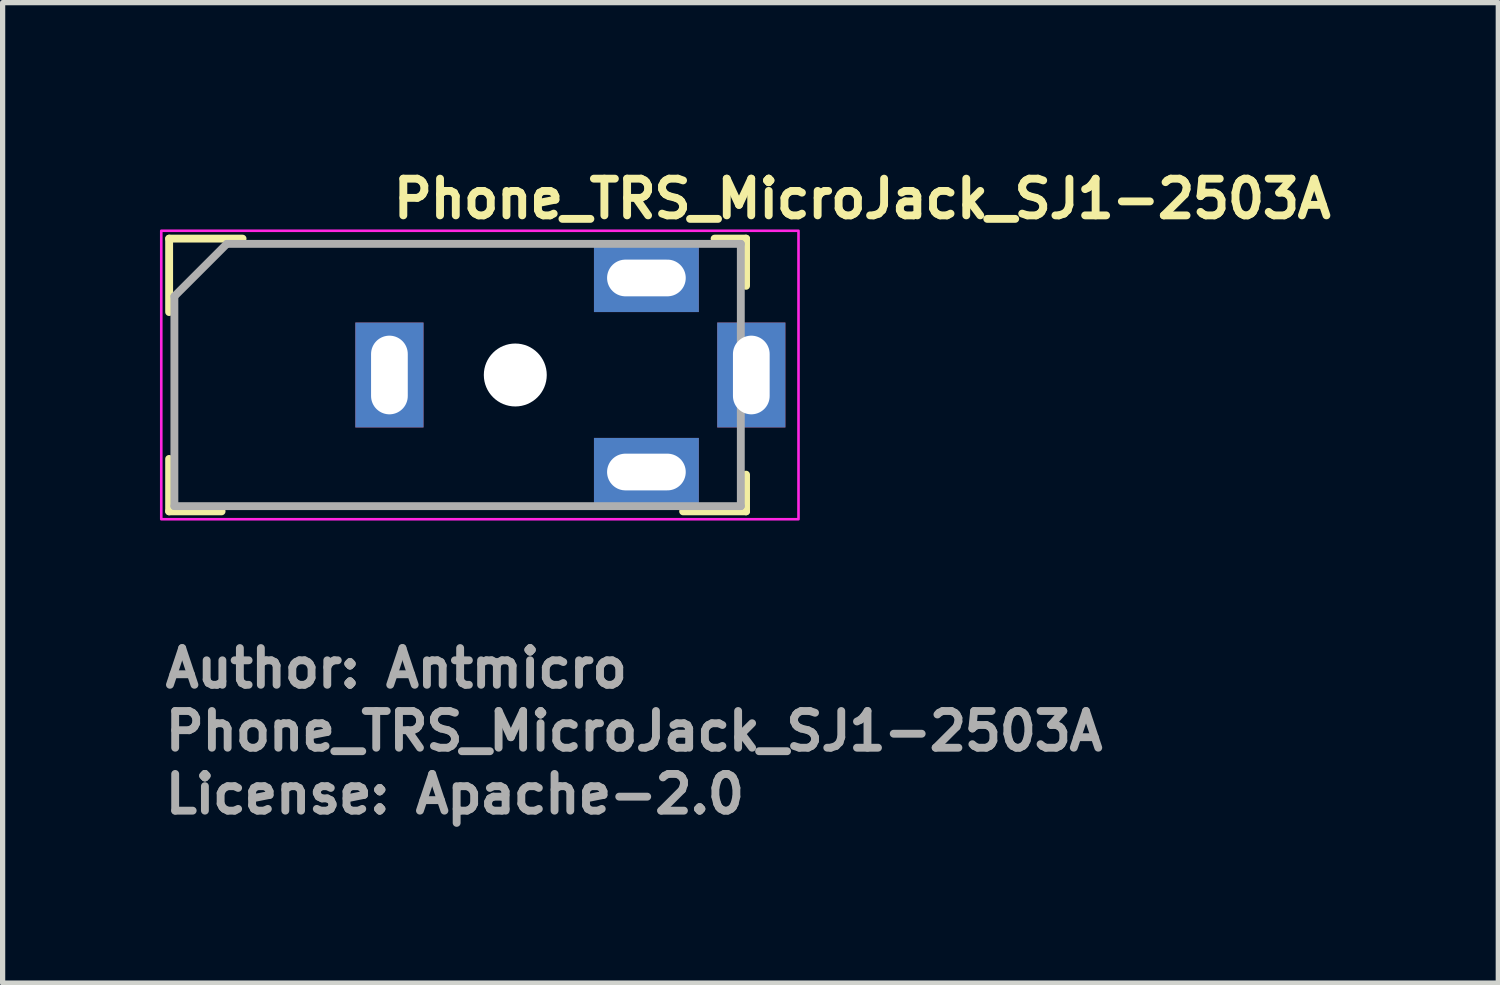
<source format=kicad_pcb>
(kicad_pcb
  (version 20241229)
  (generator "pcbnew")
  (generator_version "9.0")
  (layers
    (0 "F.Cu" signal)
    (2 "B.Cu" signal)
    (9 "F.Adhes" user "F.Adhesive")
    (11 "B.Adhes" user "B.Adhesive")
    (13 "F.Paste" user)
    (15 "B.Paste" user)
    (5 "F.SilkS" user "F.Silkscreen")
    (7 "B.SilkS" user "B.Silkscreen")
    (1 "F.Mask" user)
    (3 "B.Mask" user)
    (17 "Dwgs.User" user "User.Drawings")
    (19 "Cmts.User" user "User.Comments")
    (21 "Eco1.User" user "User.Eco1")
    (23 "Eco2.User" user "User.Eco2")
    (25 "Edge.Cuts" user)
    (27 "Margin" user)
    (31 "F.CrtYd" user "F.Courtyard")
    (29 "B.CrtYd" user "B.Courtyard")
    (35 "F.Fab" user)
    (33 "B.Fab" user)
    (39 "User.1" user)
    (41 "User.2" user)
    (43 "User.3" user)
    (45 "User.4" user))
  (footprint "Phone_TRS_MicroJack_SJ1-2503A"
    (layer "F.Cu")
    (at 4.375 4.1)
    (property "Reference" "Phone_TRS_MicroJack_SJ1-2503A" (at 0 -2.95 0) (layer "F.SilkS") (effects (font (size 0.7 0.7) (thickness 0.15)) (justify left bottom)))
    (attr through_hole)
    (fp_line (start -4.2 -2.6) (end -4.2 -1.2) (stroke (width 0.15) (type solid)) (layer "F.SilkS"))
    (fp_line (start -4.2 1.6) (end -4.2 2.6) (stroke (width 0.15) (type solid)) (layer "F.SilkS"))
    (fp_line (start -4.2 2.6) (end -3.2 2.6) (stroke (width 0.15) (type solid)) (layer "F.SilkS"))
    (fp_line (start -2.8 -2.6) (end -4.2 -2.6) (stroke (width 0.15) (type solid)) (layer "F.SilkS"))
    (fp_line (start 5.6 2.6) (end 6.8 2.6) (stroke (width 0.15) (type solid)) (layer "F.SilkS"))
    (fp_line (start 6.2 -2.6) (end 6.8 -2.6) (stroke (width 0.15) (type solid)) (layer "F.SilkS"))
    (fp_line (start 6.8 -2.6) (end 6.8 -1.7) (stroke (width 0.15) (type solid)) (layer "F.SilkS"))
    (fp_line (start 6.8 2.6) (end 6.8 1.9) (stroke (width 0.15) (type solid)) (layer "F.SilkS"))
    (fp_rect (start -4.35 -2.75) (end 7.8 2.75) (stroke (width 0.05) (type solid)) (fill no) (layer "F.CrtYd"))
    (fp_line (start -4.1 -1.5) (end -4.1 2.5) (stroke (width 0.15) (type solid)) (layer "F.Fab"))
    (fp_line (start -4.1 -1.5) (end -3.1 -2.5) (stroke (width 0.15) (type solid)) (layer "F.Fab"))
    (fp_line (start -4.1 2.5) (end 6.7 2.5) (stroke (width 0.15) (type solid)) (layer "F.Fab"))
    (fp_line (start 6.7 -2.5) (end -3.1 -2.5) (stroke (width 0.15) (type solid)) (layer "F.Fab"))
    (fp_line (start 6.7 -2.5) (end 6.7 2.5) (stroke (width 0.15) (type solid)) (layer "F.Fab"))
    (fp_rect (start -4.1 -2.5) (end 7.05 2.5) (stroke (width 0.1) (type solid)) (fill no) (layer "User.5"))
    (fp_line (start -4.1 -1.8) (end -3.9 -2) (stroke (width 0.02) (type solid)) (layer "User.9"))
    (fp_line (start -4.1 -1.755) (end -4.1 -1.8) (stroke (width 0.02) (type solid)) (layer "User.9"))
    (fp_line (start -4.1 -1.755) (end -4.1 -1.755) (stroke (width 0.02) (type solid)) (layer "User.9"))
    (fp_line (start -4.1 -1.622) (end -4.1 -1.755) (stroke (width 0.02) (type solid)) (layer "User.9"))
    (fp_line (start -4.1 -1.622) (end -4.1 -1.622) (stroke (width 0.02) (type solid)) (layer "User.9"))
    (fp_line (start -4.1 -1.407) (end -4.1 -1.622) (stroke (width 0.02) (type solid)) (layer "User.9"))
    (fp_line (start -4.1 -1.407) (end -4.1 -1.407) (stroke (width 0.02) (type solid)) (layer "User.9"))
    (fp_line (start -4.1 -1.122) (end -4.1 -1.407) (stroke (width 0.02) (type solid)) (layer "User.9"))
    (fp_line (start -4.1 -1.122) (end -4.1 -1.122) (stroke (width 0.02) (type solid)) (layer "User.9"))
    (fp_line (start -4.1 -0.781) (end -4.1 -1.122) (stroke (width 0.02) (type solid)) (layer "User.9"))
    (fp_line (start -4.1 -0.781) (end -4.1 -0.781) (stroke (width 0.02) (type solid)) (layer "User.9"))
    (fp_line (start -4.1 -0.401) (end -4.1 -0.781) (stroke (width 0.02) (type solid)) (layer "User.9"))
    (fp_line (start -4.1 -0.401) (end -4.1 -0.401) (stroke (width 0.02) (type solid)) (layer "User.9"))
    (fp_line (start -4.1 0) (end -4.1 -0.401) (stroke (width 0.02) (type solid)) (layer "User.9"))
    (fp_line (start -4.1 0) (end -4.1 0) (stroke (width 0.02) (type solid)) (layer "User.9"))
    (fp_line (start -4.1 0.401) (end -4.1 0) (stroke (width 0.02) (type solid)) (layer "User.9"))
    (fp_line (start -4.1 0.401) (end -4.1 0.401) (stroke (width 0.02) (type solid)) (layer "User.9"))
    (fp_line (start -4.1 0.781) (end -4.1 0.401) (stroke (width 0.02) (type solid)) (layer "User.9"))
    (fp_line (start -4.1 0.781) (end -4.1 0.781) (stroke (width 0.02) (type solid)) (layer "User.9"))
    (fp_line (start -4.1 1.122) (end -4.1 0.781) (stroke (width 0.02) (type solid)) (layer "User.9"))
    (fp_line (start -4.1 1.122) (end -4.1 1.122) (stroke (width 0.02) (type solid)) (layer "User.9"))
    (fp_line (start -4.1 1.407) (end -4.1 1.122) (stroke (width 0.02) (type solid)) (layer "User.9"))
    (fp_line (start -4.1 1.407) (end -4.1 1.407) (stroke (width 0.02) (type solid)) (layer "User.9"))
    (fp_line (start -4.1 1.622) (end -4.1 1.407) (stroke (width 0.02) (type solid)) (layer "User.9"))
    (fp_line (start -4.1 1.622) (end -4.1 1.622) (stroke (width 0.02) (type solid)) (layer "User.9"))
    (fp_line (start -4.1 1.755) (end -4.1 1.622) (stroke (width 0.02) (type solid)) (layer "User.9"))
    (fp_line (start -4.1 1.755) (end -4.1 1.755) (stroke (width 0.02) (type solid)) (layer "User.9"))
    (fp_line (start -4.1 1.8) (end -4.1 1.755) (stroke (width 0.02) (type solid)) (layer "User.9"))
    (fp_line (start -4.1 1.8) (end -3.9 2) (stroke (width 0.02) (type solid)) (layer "User.9"))
    (fp_line (start -3.9 -2) (end -3.9 -1.95) (stroke (width 0.02) (type solid)) (layer "User.9"))
    (fp_line (start -3.9 -2) (end -3.1 -2) (stroke (width 0.02) (type solid)) (layer "User.9"))
    (fp_line (start -3.9 -1.95) (end -3.9 -1.95) (stroke (width 0.02) (type solid)) (layer "User.9"))
    (fp_line (start -3.9 -1.95) (end -3.9 -1.802) (stroke (width 0.02) (type solid)) (layer "User.9"))
    (fp_line (start -3.9 -1.802) (end -3.9 -1.802) (stroke (width 0.02) (type solid)) (layer "User.9"))
    (fp_line (start -3.9 -1.802) (end -3.9 -1.564) (stroke (width 0.02) (type solid)) (layer "User.9"))
    (fp_line (start -3.9 -1.564) (end -3.9 -1.564) (stroke (width 0.02) (type solid)) (layer "User.9"))
    (fp_line (start -3.9 -1.564) (end -3.9 -1.247) (stroke (width 0.02) (type solid)) (layer "User.9"))
    (fp_line (start -3.9 -1.247) (end -3.9 -1.247) (stroke (width 0.02) (type solid)) (layer "User.9"))
    (fp_line (start -3.9 -1.247) (end -3.9 -0.868) (stroke (width 0.02) (type solid)) (layer "User.9"))
    (fp_line (start -3.9 -0.868) (end -3.9 -0.868) (stroke (width 0.02) (type solid)) (layer "User.9"))
    (fp_line (start -3.9 -0.868) (end -3.9 -0.445) (stroke (width 0.02) (type solid)) (layer "User.9"))
    (fp_line (start -3.9 -0.445) (end -3.9 -0.445) (stroke (width 0.02) (type solid)) (layer "User.9"))
    (fp_line (start -3.9 -0.445) (end -3.9 0) (stroke (width 0.02) (type solid)) (layer "User.9"))
    (fp_line (start -3.9 0) (end -3.9 0) (stroke (width 0.02) (type solid)) (layer "User.9"))
    (fp_line (start -3.9 0) (end -3.9 0.445) (stroke (width 0.02) (type solid)) (layer "User.9"))
    (fp_line (start -3.9 0.445) (end -3.9 0.445) (stroke (width 0.02) (type solid)) (layer "User.9"))
    (fp_line (start -3.9 0.445) (end -3.9 0.868) (stroke (width 0.02) (type solid)) (layer "User.9"))
    (fp_line (start -3.9 0.868) (end -3.9 0.868) (stroke (width 0.02) (type solid)) (layer "User.9"))
    (fp_line (start -3.9 0.868) (end -3.9 1.247) (stroke (width 0.02) (type solid)) (layer "User.9"))
    (fp_line (start -3.9 1.247) (end -3.9 1.247) (stroke (width 0.02) (type solid)) (layer "User.9"))
    (fp_line (start -3.9 1.247) (end -3.9 1.564) (stroke (width 0.02) (type solid)) (layer "User.9"))
    (fp_line (start -3.9 1.564) (end -3.9 1.564) (stroke (width 0.02) (type solid)) (layer "User.9"))
    (fp_line (start -3.9 1.564) (end -3.9 1.802) (stroke (width 0.02) (type solid)) (layer "User.9"))
    (fp_line (start -3.9 1.802) (end -3.9 1.802) (stroke (width 0.02) (type solid)) (layer "User.9"))
    (fp_line (start -3.9 1.802) (end -3.9 1.95) (stroke (width 0.02) (type solid)) (layer "User.9"))
    (fp_line (start -3.9 1.95) (end -3.9 1.95) (stroke (width 0.02) (type solid)) (layer "User.9"))
    (fp_line (start -3.9 1.95) (end -3.9 2) (stroke (width 0.02) (type solid)) (layer "User.9"))
    (fp_line (start -3.9 2) (end -3.1 2) (stroke (width 0.02) (type solid)) (layer "User.9"))
    (fp_line (start -3.09 -2) (end -3.1 -2) (stroke (width 0.02) (type solid)) (layer "User.9"))
    (fp_line (start -3.09 2) (end -3.1 2) (stroke (width 0.02) (type solid)) (layer "User.9"))
    (fp_line (start -3.08 -1.999) (end -3.09 -2) (stroke (width 0.02) (type solid)) (layer "User.9"))
    (fp_line (start -3.08 1.999) (end -3.09 2) (stroke (width 0.02) (type solid)) (layer "User.9"))
    (fp_line (start -3.07 -1.998) (end -3.08 -1.999) (stroke (width 0.02) (type solid)) (layer "User.9"))
    (fp_line (start -3.07 1.998) (end -3.08 1.999) (stroke (width 0.02) (type solid)) (layer "User.9"))
    (fp_line (start -3.06 -1.996) (end -3.07 -1.998) (stroke (width 0.02) (type solid)) (layer "User.9"))
    (fp_line (start -3.06 1.996) (end -3.07 1.998) (stroke (width 0.02) (type solid)) (layer "User.9"))
    (fp_line (start -3.05 -1.994) (end -3.06 -1.996) (stroke (width 0.02) (type solid)) (layer "User.9"))
    (fp_line (start -3.05 1.994) (end -3.06 1.996) (stroke (width 0.02) (type solid)) (layer "User.9"))
    (fp_line (start -3.041 -1.991) (end -3.05 -1.994) (stroke (width 0.02) (type solid)) (layer "User.9"))
    (fp_line (start -3.041 1.991) (end -3.05 1.994) (stroke (width 0.02) (type solid)) (layer "User.9"))
    (fp_line (start -3.031 -1.988) (end -3.041 -1.991) (stroke (width 0.02) (type solid)) (layer "User.9"))
    (fp_line (start -3.031 1.988) (end -3.041 1.991) (stroke (width 0.02) (type solid)) (layer "User.9"))
    (fp_line (start -3.022 -1.984) (end -3.031 -1.988) (stroke (width 0.02) (type solid)) (layer "User.9"))
    (fp_line (start -3.022 1.984) (end -3.031 1.988) (stroke (width 0.02) (type solid)) (layer "User.9"))
    (fp_line (start -3.013 -1.98) (end -3.022 -1.984) (stroke (width 0.02) (type solid)) (layer "User.9"))
    (fp_line (start -3.013 1.98) (end -3.022 1.984) (stroke (width 0.02) (type solid)) (layer "User.9"))
    (fp_line (start -3.005 -1.976) (end -3.013 -1.98) (stroke (width 0.02) (type solid)) (layer "User.9"))
    (fp_line (start -3.005 1.976) (end -3.013 1.98) (stroke (width 0.02) (type solid)) (layer "User.9"))
    (fp_line (start -2.996 -1.971) (end -3.005 -1.976) (stroke (width 0.02) (type solid)) (layer "User.9"))
    (fp_line (start -2.996 1.971) (end -3.005 1.976) (stroke (width 0.02) (type solid)) (layer "User.9"))
    (fp_line (start -2.988 -1.966) (end -2.996 -1.971) (stroke (width 0.02) (type solid)) (layer "User.9"))
    (fp_line (start -2.988 1.966) (end -2.996 1.971) (stroke (width 0.02) (type solid)) (layer "User.9"))
    (fp_line (start -2.98 -1.96) (end -2.988 -1.966) (stroke (width 0.02) (type solid)) (layer "User.9"))
    (fp_line (start -2.98 1.96) (end -2.988 1.966) (stroke (width 0.02) (type solid)) (layer "User.9"))
    (fp_line (start -2.973 -1.954) (end -2.98 -1.96) (stroke (width 0.02) (type solid)) (layer "User.9"))
    (fp_line (start -2.973 1.954) (end -2.98 1.96) (stroke (width 0.02) (type solid)) (layer "User.9"))
    (fp_line (start -2.966 -1.948) (end -2.973 -1.954) (stroke (width 0.02) (type solid)) (layer "User.9"))
    (fp_line (start -2.966 1.948) (end -2.973 1.954) (stroke (width 0.02) (type solid)) (layer "User.9"))
    (fp_line (start -2.959 -1.941) (end -2.966 -1.948) (stroke (width 0.02) (type solid)) (layer "User.9"))
    (fp_line (start -2.959 1.941) (end -2.966 1.948) (stroke (width 0.02) (type solid)) (layer "User.9"))
    (fp_line (start -2.952 -1.934) (end -2.959 -1.941) (stroke (width 0.02) (type solid)) (layer "User.9"))
    (fp_line (start -2.952 1.934) (end -2.959 1.941) (stroke (width 0.02) (type solid)) (layer "User.9"))
    (fp_line (start -2.946 -1.927) (end -2.952 -1.934) (stroke (width 0.02) (type solid)) (layer "User.9"))
    (fp_line (start -2.946 1.927) (end -2.952 1.934) (stroke (width 0.02) (type solid)) (layer "User.9"))
    (fp_line (start -2.94 -1.92) (end -2.946 -1.927) (stroke (width 0.02) (type solid)) (layer "User.9"))
    (fp_line (start -2.94 1.92) (end -2.946 1.927) (stroke (width 0.02) (type solid)) (layer "User.9"))
    (fp_line (start -2.934 -1.912) (end -2.94 -1.92) (stroke (width 0.02) (type solid)) (layer "User.9"))
    (fp_line (start -2.934 1.912) (end -2.94 1.92) (stroke (width 0.02) (type solid)) (layer "User.9"))
    (fp_line (start -2.929 -1.904) (end -2.934 -1.912) (stroke (width 0.02) (type solid)) (layer "User.9"))
    (fp_line (start -2.929 1.904) (end -2.934 1.912) (stroke (width 0.02) (type solid)) (layer "User.9"))
    (fp_line (start -2.924 -1.895) (end -2.929 -1.904) (stroke (width 0.02) (type solid)) (layer "User.9"))
    (fp_line (start -2.924 1.895) (end -2.929 1.904) (stroke (width 0.02) (type solid)) (layer "User.9"))
    (fp_line (start -2.92 -1.887) (end -2.924 -1.895) (stroke (width 0.02) (type solid)) (layer "User.9"))
    (fp_line (start -2.92 1.887) (end -2.924 1.895) (stroke (width 0.02) (type solid)) (layer "User.9"))
    (fp_line (start -2.916 -1.878) (end -2.92 -1.887) (stroke (width 0.02) (type solid)) (layer "User.9"))
    (fp_line (start -2.916 1.878) (end -2.92 1.887) (stroke (width 0.02) (type solid)) (layer "User.9"))
    (fp_line (start -2.912 -1.869) (end -2.916 -1.878) (stroke (width 0.02) (type solid)) (layer "User.9"))
    (fp_line (start -2.912 1.869) (end -2.916 1.878) (stroke (width 0.02) (type solid)) (layer "User.9"))
    (fp_line (start -2.909 -1.859) (end -2.912 -1.869) (stroke (width 0.02) (type solid)) (layer "User.9"))
    (fp_line (start -2.909 1.859) (end -2.912 1.869) (stroke (width 0.02) (type solid)) (layer "User.9"))
    (fp_line (start -2.906 -1.85) (end -2.909 -1.859) (stroke (width 0.02) (type solid)) (layer "User.9"))
    (fp_line (start -2.906 1.85) (end -2.909 1.859) (stroke (width 0.02) (type solid)) (layer "User.9"))
    (fp_line (start -2.904 -1.84) (end -2.906 -1.85) (stroke (width 0.02) (type solid)) (layer "User.9"))
    (fp_line (start -2.904 1.84) (end -2.906 1.85) (stroke (width 0.02) (type solid)) (layer "User.9"))
    (fp_line (start -2.902 -1.83) (end -2.904 -1.84) (stroke (width 0.02) (type solid)) (layer "User.9"))
    (fp_line (start -2.902 1.83) (end -2.904 1.84) (stroke (width 0.02) (type solid)) (layer "User.9"))
    (fp_line (start -2.901 -1.82) (end -2.902 -1.83) (stroke (width 0.02) (type solid)) (layer "User.9"))
    (fp_line (start -2.901 1.82) (end -2.902 1.83) (stroke (width 0.02) (type solid)) (layer "User.9"))
    (fp_line (start -2.9 -2) (end -2.6 -2) (stroke (width 0.02) (type solid)) (layer "User.9"))
    (fp_line (start -2.9 -1.95) (end -2.9 -2) (stroke (width 0.02) (type solid)) (layer "User.9"))
    (fp_line (start -2.9 -1.95) (end -2.9 -1.95) (stroke (width 0.02) (type solid)) (layer "User.9"))
    (fp_line (start -2.9 -1.81) (end -2.901 -1.82) (stroke (width 0.02) (type solid)) (layer "User.9"))
    (fp_line (start -2.9 -1.802) (end -2.9 -1.95) (stroke (width 0.02) (type solid)) (layer "User.9"))
    (fp_line (start -2.9 -1.802) (end -2.9 -1.802) (stroke (width 0.02) (type solid)) (layer "User.9"))
    (fp_line (start -2.9 -1.8) (end -2.9 -1.81) (stroke (width 0.02) (type solid)) (layer "User.9"))
    (fp_line (start -2.9 -1.564) (end -2.9 -1.802) (stroke (width 0.02) (type solid)) (layer "User.9"))
    (fp_line (start -2.9 -1.564) (end -2.9 -1.564) (stroke (width 0.02) (type solid)) (layer "User.9"))
    (fp_line (start -2.9 -1.247) (end -2.9 -1.564) (stroke (width 0.02) (type solid)) (layer "User.9"))
    (fp_line (start -2.9 -1.247) (end -2.9 -1.247) (stroke (width 0.02) (type solid)) (layer "User.9"))
    (fp_line (start -2.9 -0.868) (end -2.9 -1.247) (stroke (width 0.02) (type solid)) (layer "User.9"))
    (fp_line (start -2.9 -0.868) (end -2.9 -0.868) (stroke (width 0.02) (type solid)) (layer "User.9"))
    (fp_line (start -2.9 -0.445) (end -2.9 -0.868) (stroke (width 0.02) (type solid)) (layer "User.9"))
    (fp_line (start -2.9 -0.445) (end -2.9 -0.445) (stroke (width 0.02) (type solid)) (layer "User.9"))
    (fp_line (start -2.9 0) (end -2.9 -0.445) (stroke (width 0.02) (type solid)) (layer "User.9"))
    (fp_line (start -2.9 0) (end -2.9 0) (stroke (width 0.02) (type solid)) (layer "User.9"))
    (fp_line (start -2.9 0.445) (end -2.9 0) (stroke (width 0.02) (type solid)) (layer "User.9"))
    (fp_line (start -2.9 0.445) (end -2.9 0.445) (stroke (width 0.02) (type solid)) (layer "User.9"))
    (fp_line (start -2.9 0.868) (end -2.9 0.445) (stroke (width 0.02) (type solid)) (layer "User.9"))
    (fp_line (start -2.9 0.868) (end -2.9 0.868) (stroke (width 0.02) (type solid)) (layer "User.9"))
    (fp_line (start -2.9 1.247) (end -2.9 0.868) (stroke (width 0.02) (type solid)) (layer "User.9"))
    (fp_line (start -2.9 1.247) (end -2.9 1.247) (stroke (width 0.02) (type solid)) (layer "User.9"))
    (fp_line (start -2.9 1.564) (end -2.9 1.247) (stroke (width 0.02) (type solid)) (layer "User.9"))
    (fp_line (start -2.9 1.564) (end -2.9 1.564) (stroke (width 0.02) (type solid)) (layer "User.9"))
    (fp_line (start -2.9 1.8) (end -2.9 1.81) (stroke (width 0.02) (type solid)) (layer "User.9"))
    (fp_line (start -2.9 1.802) (end -2.9 1.564) (stroke (width 0.02) (type solid)) (layer "User.9"))
    (fp_line (start -2.9 1.802) (end -2.9 1.802) (stroke (width 0.02) (type solid)) (layer "User.9"))
    (fp_line (start -2.9 1.81) (end -2.901 1.82) (stroke (width 0.02) (type solid)) (layer "User.9"))
    (fp_line (start -2.9 1.95) (end -2.9 1.802) (stroke (width 0.02) (type solid)) (layer "User.9"))
    (fp_line (start -2.9 1.95) (end -2.9 1.95) (stroke (width 0.02) (type solid)) (layer "User.9"))
    (fp_line (start -2.9 2) (end -2.9 1.95) (stroke (width 0.02) (type solid)) (layer "User.9"))
    (fp_line (start -2.9 2) (end -2.6 2) (stroke (width 0.02) (type solid)) (layer "User.9"))
    (fp_line (start -2.6 -2) (end -1.1 -2) (stroke (width 0.02) (type solid)) (layer "User.9"))
    (fp_line (start -2.6 -1.95) (end -2.6 -2) (stroke (width 0.02) (type solid)) (layer "User.9"))
    (fp_line (start -2.6 -1.95) (end -2.6 -2) (stroke (width 0.02) (type solid)) (layer "User.9"))
    (fp_line (start -2.6 -1.95) (end -2.6 -1.95) (stroke (width 0.02) (type solid)) (layer "User.9"))
    (fp_line (start -2.6 -1.95) (end -2.6 -1.95) (stroke (width 0.02) (type solid)) (layer "User.9"))
    (fp_line (start -2.6 -1.802) (end -2.6 -1.95) (stroke (width 0.02) (type solid)) (layer "User.9"))
    (fp_line (start -2.6 -1.802) (end -2.6 -1.95) (stroke (width 0.02) (type solid)) (layer "User.9"))
    (fp_line (start -2.6 -1.802) (end -2.6 -1.802) (stroke (width 0.02) (type solid)) (layer "User.9"))
    (fp_line (start -2.6 -1.802) (end -2.6 -1.802) (stroke (width 0.02) (type solid)) (layer "User.9"))
    (fp_line (start -2.6 -1.564) (end -2.6 -1.802) (stroke (width 0.02) (type solid)) (layer "User.9"))
    (fp_line (start -2.6 -1.564) (end -2.6 -1.802) (stroke (width 0.02) (type solid)) (layer "User.9"))
    (fp_line (start -2.6 -1.564) (end -2.6 -1.564) (stroke (width 0.02) (type solid)) (layer "User.9"))
    (fp_line (start -2.6 -1.564) (end -2.6 -1.564) (stroke (width 0.02) (type solid)) (layer "User.9"))
    (fp_line (start -2.6 -1.247) (end -2.6 -1.564) (stroke (width 0.02) (type solid)) (layer "User.9"))
    (fp_line (start -2.6 -1.247) (end -2.6 -1.564) (stroke (width 0.02) (type solid)) (layer "User.9"))
    (fp_line (start -2.6 -1.247) (end -2.6 -1.247) (stroke (width 0.02) (type solid)) (layer "User.9"))
    (fp_line (start -2.6 -1.247) (end -2.6 -1.247) (stroke (width 0.02) (type solid)) (layer "User.9"))
    (fp_line (start -2.6 -0.868) (end -2.6 -1.247) (stroke (width 0.02) (type solid)) (layer "User.9"))
    (fp_line (start -2.6 -0.868) (end -2.6 -1.247) (stroke (width 0.02) (type solid)) (layer "User.9"))
    (fp_line (start -2.6 -0.868) (end -2.6 -0.868) (stroke (width 0.02) (type solid)) (layer "User.9"))
    (fp_line (start -2.6 -0.868) (end -2.6 -0.868) (stroke (width 0.02) (type solid)) (layer "User.9"))
    (fp_line (start -2.6 -0.445) (end -2.6 -0.868) (stroke (width 0.02) (type solid)) (layer "User.9"))
    (fp_line (start -2.6 -0.445) (end -2.6 -0.868) (stroke (width 0.02) (type solid)) (layer "User.9"))
    (fp_line (start -2.6 -0.445) (end -2.6 -0.445) (stroke (width 0.02) (type solid)) (layer "User.9"))
    (fp_line (start -2.6 -0.445) (end -2.6 -0.445) (stroke (width 0.02) (type solid)) (layer "User.9"))
    (fp_line (start -2.6 0) (end -2.6 -0.445) (stroke (width 0.02) (type solid)) (layer "User.9"))
    (fp_line (start -2.6 0) (end -2.6 -0.445) (stroke (width 0.02) (type solid)) (layer "User.9"))
    (fp_line (start -2.6 0) (end -2.6 0) (stroke (width 0.02) (type solid)) (layer "User.9"))
    (fp_line (start -2.6 0) (end -2.6 0) (stroke (width 0.02) (type solid)) (layer "User.9"))
    (fp_line (start -2.6 0.445) (end -2.6 0) (stroke (width 0.02) (type solid)) (layer "User.9"))
    (fp_line (start -2.6 0.445) (end -2.6 0) (stroke (width 0.02) (type solid)) (layer "User.9"))
    (fp_line (start -2.6 0.445) (end -2.6 0.445) (stroke (width 0.02) (type solid)) (layer "User.9"))
    (fp_line (start -2.6 0.445) (end -2.6 0.445) (stroke (width 0.02) (type solid)) (layer "User.9"))
    (fp_line (start -2.6 0.868) (end -2.6 0.445) (stroke (width 0.02) (type solid)) (layer "User.9"))
    (fp_line (start -2.6 0.868) (end -2.6 0.445) (stroke (width 0.02) (type solid)) (layer "User.9"))
    (fp_line (start -2.6 0.868) (end -2.6 0.868) (stroke (width 0.02) (type solid)) (layer "User.9"))
    (fp_line (start -2.6 0.868) (end -2.6 0.868) (stroke (width 0.02) (type solid)) (layer "User.9"))
    (fp_line (start -2.6 1.247) (end -2.6 0.868) (stroke (width 0.02) (type solid)) (layer "User.9"))
    (fp_line (start -2.6 1.247) (end -2.6 0.868) (stroke (width 0.02) (type solid)) (layer "User.9"))
    (fp_line (start -2.6 1.247) (end -2.6 1.247) (stroke (width 0.02) (type solid)) (layer "User.9"))
    (fp_line (start -2.6 1.247) (end -2.6 1.247) (stroke (width 0.02) (type solid)) (layer "User.9"))
    (fp_line (start -2.6 1.564) (end -2.6 1.247) (stroke (width 0.02) (type solid)) (layer "User.9"))
    (fp_line (start -2.6 1.564) (end -2.6 1.247) (stroke (width 0.02) (type solid)) (layer "User.9"))
    (fp_line (start -2.6 1.564) (end -2.6 1.564) (stroke (width 0.02) (type solid)) (layer "User.9"))
    (fp_line (start -2.6 1.564) (end -2.6 1.564) (stroke (width 0.02) (type solid)) (layer "User.9"))
    (fp_line (start -2.6 1.802) (end -2.6 1.564) (stroke (width 0.02) (type solid)) (layer "User.9"))
    (fp_line (start -2.6 1.802) (end -2.6 1.564) (stroke (width 0.02) (type solid)) (layer "User.9"))
    (fp_line (start -2.6 1.802) (end -2.6 1.802) (stroke (width 0.02) (type solid)) (layer "User.9"))
    (fp_line (start -2.6 1.802) (end -2.6 1.802) (stroke (width 0.02) (type solid)) (layer "User.9"))
    (fp_line (start -2.6 1.95) (end -2.6 1.802) (stroke (width 0.02) (type solid)) (layer "User.9"))
    (fp_line (start -2.6 1.95) (end -2.6 1.802) (stroke (width 0.02) (type solid)) (layer "User.9"))
    (fp_line (start -2.6 1.95) (end -2.6 1.95) (stroke (width 0.02) (type solid)) (layer "User.9"))
    (fp_line (start -2.6 1.95) (end -2.6 1.95) (stroke (width 0.02) (type solid)) (layer "User.9"))
    (fp_line (start -2.6 2) (end -2.6 1.95) (stroke (width 0.02) (type solid)) (layer "User.9"))
    (fp_line (start -2.6 2) (end -2.6 1.95) (stroke (width 0.02) (type solid)) (layer "User.9"))
    (fp_line (start -2.6 2) (end -1.1 2) (stroke (width 0.02) (type solid)) (layer "User.9"))
    (fp_line (start -1.1 -2.5) (end -1.1 2.5) (stroke (width 0.02) (type solid)) (layer "User.9"))
    (fp_line (start -1.1 2.5) (end 6.7 2.5) (stroke (width 0.02) (type solid)) (layer "User.9"))
    (fp_line (start 6.7 -2.5) (end -1.1 -2.5) (stroke (width 0.02) (type solid)) (layer "User.9"))
    (fp_line (start 6.7 -0.5) (end 6.947 -0.5) (stroke (width 0.02) (type solid)) (layer "User.9"))
    (fp_line (start 6.7 0.5) (end 6.947 0.5) (stroke (width 0.02) (type solid)) (layer "User.9"))
    (fp_line (start 6.7 2.5) (end 6.7 -2.5) (stroke (width 0.02) (type solid)) (layer "User.9"))
    (fp_line (start 6.947 -0.5) (end 6.947 -0.5) (stroke (width 0.02) (type solid)) (layer "User.9"))
    (fp_line (start 6.947 -0.5) (end 7.05 -0.5) (stroke (width 0.02) (type solid)) (layer "User.9"))
    (fp_line (start 6.947 0.5) (end 6.947 0.5) (stroke (width 0.02) (type solid)) (layer "User.9"))
    (fp_line (start 6.947 0.5) (end 7.05 0.5) (stroke (width 0.02) (type solid)) (layer "User.9"))
    (fp_line (start 7.05 -0.5) (end 7.05 0.5) (stroke (width 0.02) (type solid)) (layer "User.9"))
    (fp_text user "${REFERENCE}" (at -4.35 7.2 0) (layer "F.Fab") (effects (font (size 0.7 0.7) (thickness 0.15)) (justify left bottom)))
    (fp_text user "Author: Antmicro" (at -4.35 6 0) (layer "F.Fab") (effects (font (size 0.7 0.7) (thickness 0.15)) (justify left bottom)))
    (fp_text user "License: Apache-2.0" (at -4.35 8.4 0) (layer "F.Fab") (effects (font (size 0.7 0.7) (thickness 0.15)) (justify left bottom)))
    (pad "" np_thru_hole circle (at 2.4 0) (size 1.2 1.2) (drill 1.2) (layers "*.Cu" "*.Mask"))
    (pad "1" thru_hole rect (at 0 0) (size 1.3 2) (drill oval 0.7 1.5) (layers "*.Cu" "*.Mask"))
    (pad "2" thru_hole rect (at 4.9 1.85) (size 2 1.3) (drill oval 1.5 0.7) (layers "*.Cu" "*.Mask"))
    (pad "3" thru_hole rect (at 4.9 -1.85) (size 2 1.3) (drill oval 1.5 0.7) (layers "*.Cu" "*.Mask"))
    (pad "4" thru_hole rect (at 6.9 0) (size 1.3 2) (drill oval 0.7 1.5) (layers "*.Cu" "*.Mask")))
  (gr_rect
    (start -3 -3)
    (end 25.518 15.695)
    (stroke (width 0.1) (type default))
    (fill no)
    (layer "Edge.Cuts")))
</source>
